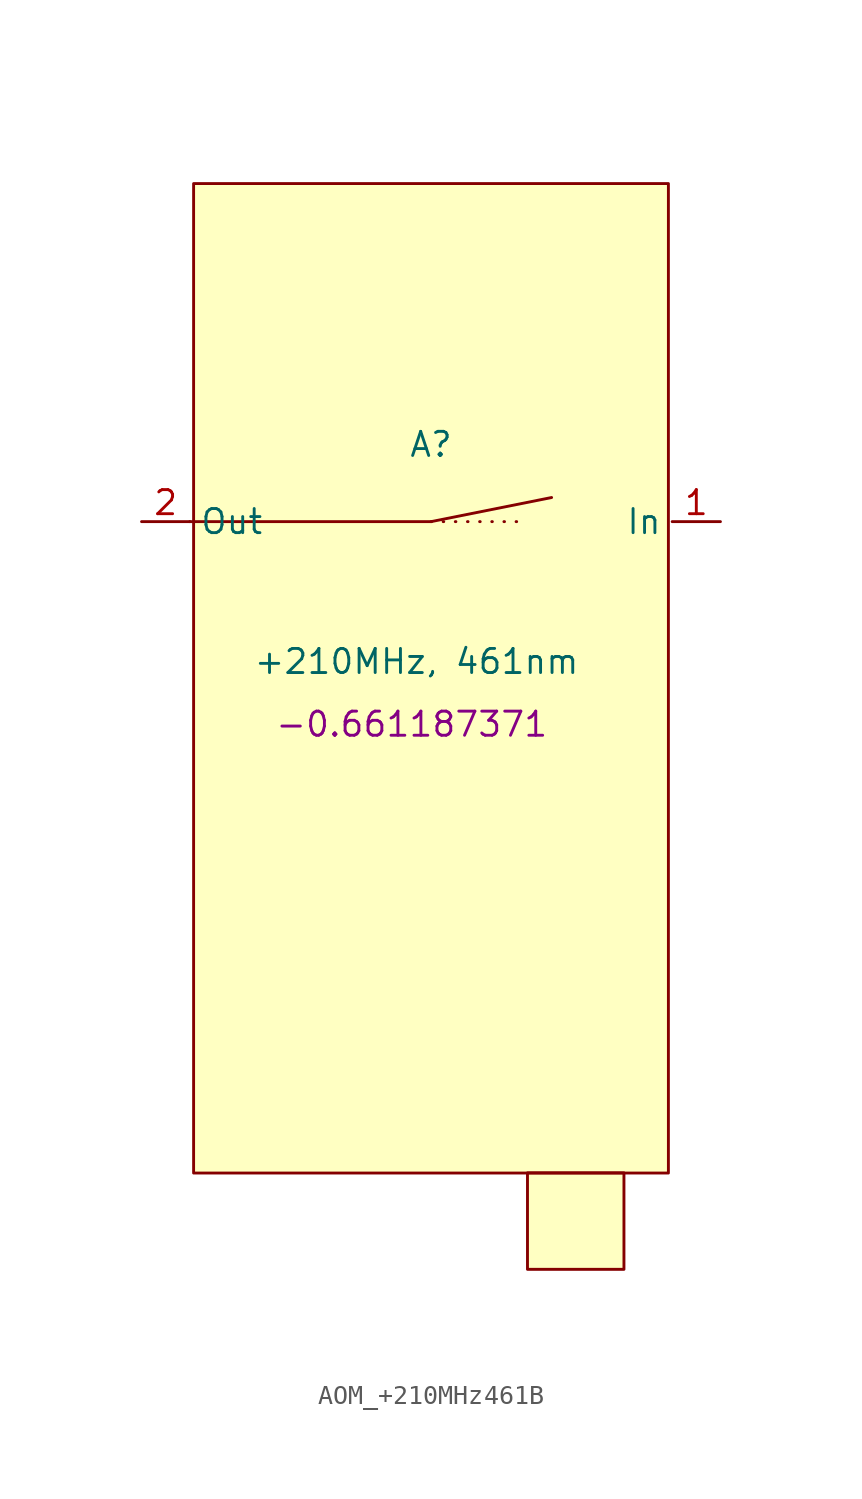
<source format=kicad_sym>
(kicad_symbol_lib
  (version 20241209)
  (generator "kicad_symbol_editor")
  (generator_version "9.0")
  (symbol "AOM_+210MHz461B"
    (property "Reference" "A"
      (at 0 4.064 0)
      (effects (font (size 1.27 1.27))))
    (property "Value" "+210MHz, 461nm"
      (at -0.762 -7.366 0)
      (effects (font (size 1.27 1.27))))
    (property "Angle" "-0.661187371"
      (at -1.016 -10.668 0)
      (effects (font (size 1.27 1.27))))
    (symbol "AOM_+210MHz461B_1_1"
      (polyline (pts (xy -12.7 0) (xy 0 0) (xy 6.35 1.27)) (stroke (width 0) (type solid)) (fill (type none)))
      (rectangle (start -12.5 17.8) (end 12.5 -34.3) (stroke (width 0) (type default)) (fill (type background)))
      (polyline (pts (xy 0 0) (xy 5.08 0)) (stroke (width 0) (type dot)) (fill (type none)))
      (rectangle (start 5.08 -34.29) (end 10.16 -39.37) (stroke (width 0) (type default)) (fill (type background)))
      (pin passive line (at -15.24 0 0) (length 2.54) (name "Out" (effects (font (size 1.27 1.27)))) (number "2" (effects (font (size 1.27 1.27)))))
      (pin passive line (at 15.24 0 180) (length 2.54) (name "In" (effects (font (size 1.27 1.27)))) (number "1" (effects (font (size 1.27 1.27))))))))
</source>
